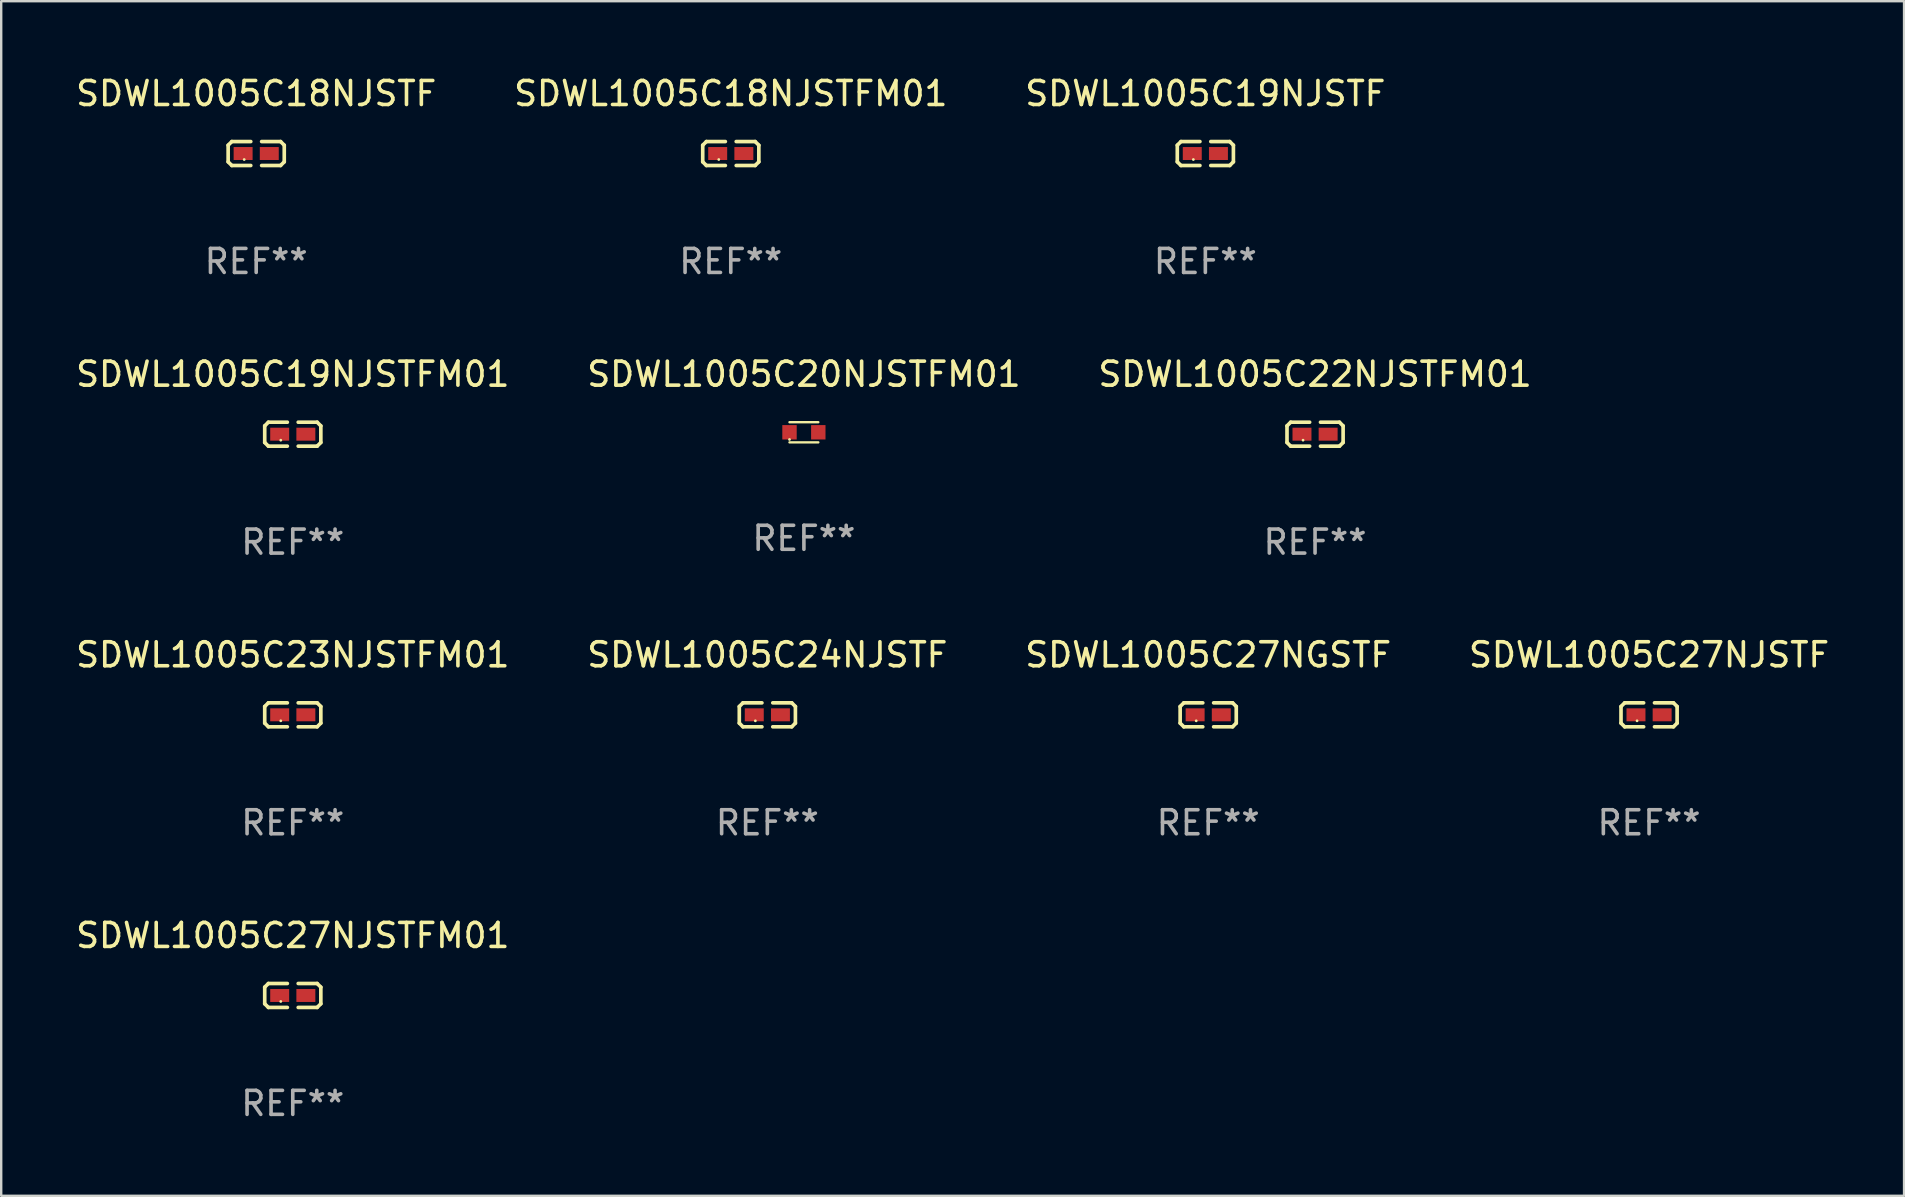
<source format=kicad_pcb>
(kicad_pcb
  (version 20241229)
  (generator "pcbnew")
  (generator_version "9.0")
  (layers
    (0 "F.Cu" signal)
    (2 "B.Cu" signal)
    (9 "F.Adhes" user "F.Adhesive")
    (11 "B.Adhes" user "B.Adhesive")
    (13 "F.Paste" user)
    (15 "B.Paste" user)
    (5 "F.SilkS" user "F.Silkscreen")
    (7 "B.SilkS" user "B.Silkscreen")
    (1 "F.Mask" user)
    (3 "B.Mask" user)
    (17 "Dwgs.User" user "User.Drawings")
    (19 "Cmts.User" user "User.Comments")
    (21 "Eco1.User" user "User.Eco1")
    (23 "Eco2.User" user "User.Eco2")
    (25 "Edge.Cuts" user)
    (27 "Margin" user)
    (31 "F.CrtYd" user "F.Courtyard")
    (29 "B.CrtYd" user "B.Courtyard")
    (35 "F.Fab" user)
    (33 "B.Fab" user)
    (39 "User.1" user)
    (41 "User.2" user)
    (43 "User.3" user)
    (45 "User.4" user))
  (footprint "SDWL1005C19NJSTFM01"
    (layer "F.Cu")
    (at 9.149 15.041)
    (property "Reference" "SDWL1005C19NJSTFM01" (at 0 -2.499 0) (layer "F.SilkS") (effects (font (size 1 1) (thickness 0.15))))
    (attr through_hole)
    (fp_line (start -1.169 -0.346) (end -1.016 -0.499) (stroke (width 0.152) (type solid)) (layer "F.SilkS"))
    (fp_line (start -1.169 0.346) (end -1.169 -0.346) (stroke (width 0.152) (type solid)) (layer "F.SilkS"))
    (fp_line (start -1.016 -0.499) (end -0.226 -0.499) (stroke (width 0.152) (type solid)) (layer "F.SilkS"))
    (fp_line (start -1.016 0.499) (end -1.169 0.346) (stroke (width 0.152) (type solid)) (layer "F.SilkS"))
    (fp_line (start -0.226 0.499) (end -1.016 0.499) (stroke (width 0.152) (type solid)) (layer "F.SilkS"))
    (fp_line (start 0.226 0.499) (end 1.016 0.499) (stroke (width 0.152) (type solid)) (layer "F.SilkS"))
    (fp_line (start 1.016 -0.499) (end 0.226 -0.499) (stroke (width 0.152) (type solid)) (layer "F.SilkS"))
    (fp_line (start 1.016 0.499) (end 1.169 0.346) (stroke (width 0.152) (type solid)) (layer "F.SilkS"))
    (fp_line (start 1.169 -0.346) (end 1.016 -0.499) (stroke (width 0.152) (type solid)) (layer "F.SilkS"))
    (fp_line (start 1.169 0.346) (end 1.169 -0.346) (stroke (width 0.152) (type solid)) (layer "F.SilkS"))
    (fp_circle (center -0.5 0.25) (end -0.47 0.25) (stroke (width 0.06) (type solid)) (fill no) (layer "F.SilkS"))
    (fp_text user "REF**" (at 0 4.499 0) (layer "F.Fab") (effects (font (size 1 1) (thickness 0.15))))
    (pad "1" smd rect (at -0.545 0) (size 0.79 0.54) (layers "F.Cu" "F.Mask" "F.Paste"))
    (pad "2" smd rect (at 0.545 0) (size 0.79 0.54) (layers "F.Cu" "F.Mask" "F.Paste")))
  (footprint "SDWL1005C18NJSTFM01"
    (layer "F.Cu")
    (at 27.399 3.347)
    (property "Reference" "SDWL1005C18NJSTFM01" (at 0 -2.499 0) (layer "F.SilkS") (effects (font (size 1 1) (thickness 0.15))))
    (attr through_hole)
    (fp_line (start -1.169 -0.346) (end -1.016 -0.499) (stroke (width 0.152) (type solid)) (layer "F.SilkS"))
    (fp_line (start -1.169 0.346) (end -1.169 -0.346) (stroke (width 0.152) (type solid)) (layer "F.SilkS"))
    (fp_line (start -1.016 -0.499) (end -0.226 -0.499) (stroke (width 0.152) (type solid)) (layer "F.SilkS"))
    (fp_line (start -1.016 0.499) (end -1.169 0.346) (stroke (width 0.152) (type solid)) (layer "F.SilkS"))
    (fp_line (start -0.226 0.499) (end -1.016 0.499) (stroke (width 0.152) (type solid)) (layer "F.SilkS"))
    (fp_line (start 0.226 0.499) (end 1.016 0.499) (stroke (width 0.152) (type solid)) (layer "F.SilkS"))
    (fp_line (start 1.016 -0.499) (end 0.226 -0.499) (stroke (width 0.152) (type solid)) (layer "F.SilkS"))
    (fp_line (start 1.016 0.499) (end 1.169 0.346) (stroke (width 0.152) (type solid)) (layer "F.SilkS"))
    (fp_line (start 1.169 -0.346) (end 1.016 -0.499) (stroke (width 0.152) (type solid)) (layer "F.SilkS"))
    (fp_line (start 1.169 0.346) (end 1.169 -0.346) (stroke (width 0.152) (type solid)) (layer "F.SilkS"))
    (fp_circle (center -0.5 0.25) (end -0.47 0.25) (stroke (width 0.06) (type solid)) (fill no) (layer "F.SilkS"))
    (fp_text user "REF**" (at 0 4.499 0) (layer "F.Fab") (effects (font (size 1 1) (thickness 0.15))))
    (pad "1" smd rect (at -0.545 0) (size 0.79 0.54) (layers "F.Cu" "F.Mask" "F.Paste"))
    (pad "2" smd rect (at 0.545 0) (size 0.79 0.54) (layers "F.Cu" "F.Mask" "F.Paste")))
  (footprint "SDWL1005C22NJSTFM01"
    (layer "F.Cu")
    (at 51.744 15.041)
    (property "Reference" "SDWL1005C22NJSTFM01" (at 0 -2.499 0) (layer "F.SilkS") (effects (font (size 1 1) (thickness 0.15))))
    (attr through_hole)
    (fp_line (start -1.169 -0.346) (end -1.016 -0.499) (stroke (width 0.152) (type solid)) (layer "F.SilkS"))
    (fp_line (start -1.169 0.346) (end -1.169 -0.346) (stroke (width 0.152) (type solid)) (layer "F.SilkS"))
    (fp_line (start -1.016 -0.499) (end -0.226 -0.499) (stroke (width 0.152) (type solid)) (layer "F.SilkS"))
    (fp_line (start -1.016 0.499) (end -1.169 0.346) (stroke (width 0.152) (type solid)) (layer "F.SilkS"))
    (fp_line (start -0.226 0.499) (end -1.016 0.499) (stroke (width 0.152) (type solid)) (layer "F.SilkS"))
    (fp_line (start 0.226 0.499) (end 1.016 0.499) (stroke (width 0.152) (type solid)) (layer "F.SilkS"))
    (fp_line (start 1.016 -0.499) (end 0.226 -0.499) (stroke (width 0.152) (type solid)) (layer "F.SilkS"))
    (fp_line (start 1.016 0.499) (end 1.169 0.346) (stroke (width 0.152) (type solid)) (layer "F.SilkS"))
    (fp_line (start 1.169 -0.346) (end 1.016 -0.499) (stroke (width 0.152) (type solid)) (layer "F.SilkS"))
    (fp_line (start 1.169 0.346) (end 1.169 -0.346) (stroke (width 0.152) (type solid)) (layer "F.SilkS"))
    (fp_circle (center -0.5 0.25) (end -0.47 0.25) (stroke (width 0.06) (type solid)) (fill no) (layer "F.SilkS"))
    (fp_text user "REF**" (at 0 4.499 0) (layer "F.Fab") (effects (font (size 1 1) (thickness 0.15))))
    (pad "1" smd rect (at -0.545 0) (size 0.79 0.54) (layers "F.Cu" "F.Mask" "F.Paste"))
    (pad "2" smd rect (at 0.545 0) (size 0.79 0.54) (layers "F.Cu" "F.Mask" "F.Paste")))
  (footprint "SDWL1005C23NJSTFM01"
    (layer "F.Cu")
    (at 9.149 26.734)
    (property "Reference" "SDWL1005C23NJSTFM01" (at 0 -2.499 0) (layer "F.SilkS") (effects (font (size 1 1) (thickness 0.15))))
    (attr through_hole)
    (fp_line (start -1.169 -0.346) (end -1.016 -0.499) (stroke (width 0.152) (type solid)) (layer "F.SilkS"))
    (fp_line (start -1.169 0.346) (end -1.169 -0.346) (stroke (width 0.152) (type solid)) (layer "F.SilkS"))
    (fp_line (start -1.016 -0.499) (end -0.226 -0.499) (stroke (width 0.152) (type solid)) (layer "F.SilkS"))
    (fp_line (start -1.016 0.499) (end -1.169 0.346) (stroke (width 0.152) (type solid)) (layer "F.SilkS"))
    (fp_line (start -0.226 0.499) (end -1.016 0.499) (stroke (width 0.152) (type solid)) (layer "F.SilkS"))
    (fp_line (start 0.226 0.499) (end 1.016 0.499) (stroke (width 0.152) (type solid)) (layer "F.SilkS"))
    (fp_line (start 1.016 -0.499) (end 0.226 -0.499) (stroke (width 0.152) (type solid)) (layer "F.SilkS"))
    (fp_line (start 1.016 0.499) (end 1.169 0.346) (stroke (width 0.152) (type solid)) (layer "F.SilkS"))
    (fp_line (start 1.169 -0.346) (end 1.016 -0.499) (stroke (width 0.152) (type solid)) (layer "F.SilkS"))
    (fp_line (start 1.169 0.346) (end 1.169 -0.346) (stroke (width 0.152) (type solid)) (layer "F.SilkS"))
    (fp_circle (center -0.5 0.25) (end -0.47 0.25) (stroke (width 0.06) (type solid)) (fill no) (layer "F.SilkS"))
    (fp_text user "REF**" (at 0 4.499 0) (layer "F.Fab") (effects (font (size 1 1) (thickness 0.15))))
    (pad "1" smd rect (at -0.545 0) (size 0.79 0.54) (layers "F.Cu" "F.Mask" "F.Paste"))
    (pad "2" smd rect (at 0.545 0) (size 0.79 0.54) (layers "F.Cu" "F.Mask" "F.Paste")))
  (footprint "SDWL1005C27NJSTF"
    (layer "F.Cu")
    (at 65.661 26.734)
    (property "Reference" "SDWL1005C27NJSTF" (at 0 -2.499 0) (layer "F.SilkS") (effects (font (size 1 1) (thickness 0.15))))
    (attr through_hole)
    (fp_line (start -1.169 -0.346) (end -1.016 -0.499) (stroke (width 0.152) (type solid)) (layer "F.SilkS"))
    (fp_line (start -1.169 0.346) (end -1.169 -0.346) (stroke (width 0.152) (type solid)) (layer "F.SilkS"))
    (fp_line (start -1.016 -0.499) (end -0.226 -0.499) (stroke (width 0.152) (type solid)) (layer "F.SilkS"))
    (fp_line (start -1.016 0.499) (end -1.169 0.346) (stroke (width 0.152) (type solid)) (layer "F.SilkS"))
    (fp_line (start -0.226 0.499) (end -1.016 0.499) (stroke (width 0.152) (type solid)) (layer "F.SilkS"))
    (fp_line (start 0.226 0.499) (end 1.016 0.499) (stroke (width 0.152) (type solid)) (layer "F.SilkS"))
    (fp_line (start 1.016 -0.499) (end 0.226 -0.499) (stroke (width 0.152) (type solid)) (layer "F.SilkS"))
    (fp_line (start 1.016 0.499) (end 1.169 0.346) (stroke (width 0.152) (type solid)) (layer "F.SilkS"))
    (fp_line (start 1.169 -0.346) (end 1.016 -0.499) (stroke (width 0.152) (type solid)) (layer "F.SilkS"))
    (fp_line (start 1.169 0.346) (end 1.169 -0.346) (stroke (width 0.152) (type solid)) (layer "F.SilkS"))
    (fp_circle (center -0.5 0.25) (end -0.47 0.25) (stroke (width 0.06) (type solid)) (fill no) (layer "F.SilkS"))
    (fp_text user "REF**" (at 0 4.499 0) (layer "F.Fab") (effects (font (size 1 1) (thickness 0.15))))
    (pad "1" smd rect (at -0.545 0) (size 0.79 0.54) (layers "F.Cu" "F.Mask" "F.Paste"))
    (pad "2" smd rect (at 0.545 0) (size 0.79 0.54) (layers "F.Cu" "F.Mask" "F.Paste")))
  (footprint "SDWL1005C24NJSTF"
    (layer "F.Cu")
    (at 28.923 26.734)
    (property "Reference" "SDWL1005C24NJSTF" (at 0 -2.499 0) (layer "F.SilkS") (effects (font (size 1 1) (thickness 0.15))))
    (attr through_hole)
    (fp_line (start -1.169 -0.346) (end -1.016 -0.499) (stroke (width 0.152) (type solid)) (layer "F.SilkS"))
    (fp_line (start -1.169 0.346) (end -1.169 -0.346) (stroke (width 0.152) (type solid)) (layer "F.SilkS"))
    (fp_line (start -1.016 -0.499) (end -0.226 -0.499) (stroke (width 0.152) (type solid)) (layer "F.SilkS"))
    (fp_line (start -1.016 0.499) (end -1.169 0.346) (stroke (width 0.152) (type solid)) (layer "F.SilkS"))
    (fp_line (start -0.226 0.499) (end -1.016 0.499) (stroke (width 0.152) (type solid)) (layer "F.SilkS"))
    (fp_line (start 0.226 0.499) (end 1.016 0.499) (stroke (width 0.152) (type solid)) (layer "F.SilkS"))
    (fp_line (start 1.016 -0.499) (end 0.226 -0.499) (stroke (width 0.152) (type solid)) (layer "F.SilkS"))
    (fp_line (start 1.016 0.499) (end 1.169 0.346) (stroke (width 0.152) (type solid)) (layer "F.SilkS"))
    (fp_line (start 1.169 -0.346) (end 1.016 -0.499) (stroke (width 0.152) (type solid)) (layer "F.SilkS"))
    (fp_line (start 1.169 0.346) (end 1.169 -0.346) (stroke (width 0.152) (type solid)) (layer "F.SilkS"))
    (fp_circle (center -0.5 0.25) (end -0.47 0.25) (stroke (width 0.06) (type solid)) (fill no) (layer "F.SilkS"))
    (fp_text user "REF**" (at 0 4.499 0) (layer "F.Fab") (effects (font (size 1 1) (thickness 0.15))))
    (pad "1" smd rect (at -0.545 0) (size 0.79 0.54) (layers "F.Cu" "F.Mask" "F.Paste"))
    (pad "2" smd rect (at 0.545 0) (size 0.79 0.54) (layers "F.Cu" "F.Mask" "F.Paste")))
  (footprint "SDWL1005C19NJSTF"
    (layer "F.Cu")
    (at 47.173 3.347)
    (property "Reference" "SDWL1005C19NJSTF" (at 0 -2.499 0) (layer "F.SilkS") (effects (font (size 1 1) (thickness 0.15))))
    (attr through_hole)
    (fp_line (start -1.169 -0.346) (end -1.016 -0.499) (stroke (width 0.152) (type solid)) (layer "F.SilkS"))
    (fp_line (start -1.169 0.346) (end -1.169 -0.346) (stroke (width 0.152) (type solid)) (layer "F.SilkS"))
    (fp_line (start -1.016 -0.499) (end -0.226 -0.499) (stroke (width 0.152) (type solid)) (layer "F.SilkS"))
    (fp_line (start -1.016 0.499) (end -1.169 0.346) (stroke (width 0.152) (type solid)) (layer "F.SilkS"))
    (fp_line (start -0.226 0.499) (end -1.016 0.499) (stroke (width 0.152) (type solid)) (layer "F.SilkS"))
    (fp_line (start 0.226 0.499) (end 1.016 0.499) (stroke (width 0.152) (type solid)) (layer "F.SilkS"))
    (fp_line (start 1.016 -0.499) (end 0.226 -0.499) (stroke (width 0.152) (type solid)) (layer "F.SilkS"))
    (fp_line (start 1.016 0.499) (end 1.169 0.346) (stroke (width 0.152) (type solid)) (layer "F.SilkS"))
    (fp_line (start 1.169 -0.346) (end 1.016 -0.499) (stroke (width 0.152) (type solid)) (layer "F.SilkS"))
    (fp_line (start 1.169 0.346) (end 1.169 -0.346) (stroke (width 0.152) (type solid)) (layer "F.SilkS"))
    (fp_circle (center -0.5 0.25) (end -0.47 0.25) (stroke (width 0.06) (type solid)) (fill no) (layer "F.SilkS"))
    (fp_text user "REF**" (at 0 4.499 0) (layer "F.Fab") (effects (font (size 1 1) (thickness 0.15))))
    (pad "1" smd rect (at -0.545 0) (size 0.79 0.54) (layers "F.Cu" "F.Mask" "F.Paste"))
    (pad "2" smd rect (at 0.545 0) (size 0.79 0.54) (layers "F.Cu" "F.Mask" "F.Paste")))
  (footprint "SDWL1005C20NJSTFM01"
    (layer "F.Cu")
    (at 30.446 14.962)
    (property "Reference" "SDWL1005C20NJSTFM01" (at 0 -2.42 0) (layer "F.SilkS") (effects (font (size 1 1) (thickness 0.15))))
    (attr through_hole)
    (fp_line (start -0.6 -0.42) (end 0.6 -0.42) (stroke (width 0.1) (type solid)) (layer "F.SilkS"))
    (fp_line (start -0.6 0.42) (end 0.6 0.42) (stroke (width 0.1) (type solid)) (layer "F.SilkS"))
    (fp_circle (center -0.6 0.3) (end -0.57 0.3) (stroke (width 0.06) (type solid)) (fill no) (layer "F.SilkS"))
    (fp_text user "REF**" (at 0 4.42 0) (layer "F.Fab") (effects (font (size 1 1) (thickness 0.15))))
    (pad "1" smd rect (at -0.6 0) (size 0.6 0.6) (layers "F.Cu" "F.Mask" "F.Paste"))
    (pad "2" smd rect (at 0.6 0) (size 0.6 0.6) (layers "F.Cu" "F.Mask" "F.Paste")))
  (footprint "SDWL1005C27NGSTF"
    (layer "F.Cu")
    (at 47.292 26.734)
    (property "Reference" "SDWL1005C27NGSTF" (at 0 -2.499 0) (layer "F.SilkS") (effects (font (size 1 1) (thickness 0.15))))
    (attr through_hole)
    (fp_line (start -1.169 -0.346) (end -1.016 -0.499) (stroke (width 0.152) (type solid)) (layer "F.SilkS"))
    (fp_line (start -1.169 0.346) (end -1.169 -0.346) (stroke (width 0.152) (type solid)) (layer "F.SilkS"))
    (fp_line (start -1.016 -0.499) (end -0.226 -0.499) (stroke (width 0.152) (type solid)) (layer "F.SilkS"))
    (fp_line (start -1.016 0.499) (end -1.169 0.346) (stroke (width 0.152) (type solid)) (layer "F.SilkS"))
    (fp_line (start -0.226 0.499) (end -1.016 0.499) (stroke (width 0.152) (type solid)) (layer "F.SilkS"))
    (fp_line (start 0.226 0.499) (end 1.016 0.499) (stroke (width 0.152) (type solid)) (layer "F.SilkS"))
    (fp_line (start 1.016 -0.499) (end 0.226 -0.499) (stroke (width 0.152) (type solid)) (layer "F.SilkS"))
    (fp_line (start 1.016 0.499) (end 1.169 0.346) (stroke (width 0.152) (type solid)) (layer "F.SilkS"))
    (fp_line (start 1.169 -0.346) (end 1.016 -0.499) (stroke (width 0.152) (type solid)) (layer "F.SilkS"))
    (fp_line (start 1.169 0.346) (end 1.169 -0.346) (stroke (width 0.152) (type solid)) (layer "F.SilkS"))
    (fp_circle (center -0.5 0.25) (end -0.47 0.25) (stroke (width 0.06) (type solid)) (fill no) (layer "F.SilkS"))
    (fp_text user "REF**" (at 0 4.499 0) (layer "F.Fab") (effects (font (size 1 1) (thickness 0.15))))
    (pad "1" smd rect (at -0.545 0) (size 0.79 0.54) (layers "F.Cu" "F.Mask" "F.Paste"))
    (pad "2" smd rect (at 0.545 0) (size 0.79 0.54) (layers "F.Cu" "F.Mask" "F.Paste")))
  (footprint "SDWL1005C27NJSTFM01"
    (layer "F.Cu")
    (at 9.149 38.428)
    (property "Reference" "SDWL1005C27NJSTFM01" (at 0 -2.499 0) (layer "F.SilkS") (effects (font (size 1 1) (thickness 0.15))))
    (attr through_hole)
    (fp_line (start -1.169 -0.346) (end -1.016 -0.499) (stroke (width 0.152) (type solid)) (layer "F.SilkS"))
    (fp_line (start -1.169 0.346) (end -1.169 -0.346) (stroke (width 0.152) (type solid)) (layer "F.SilkS"))
    (fp_line (start -1.016 -0.499) (end -0.226 -0.499) (stroke (width 0.152) (type solid)) (layer "F.SilkS"))
    (fp_line (start -1.016 0.499) (end -1.169 0.346) (stroke (width 0.152) (type solid)) (layer "F.SilkS"))
    (fp_line (start -0.226 0.499) (end -1.016 0.499) (stroke (width 0.152) (type solid)) (layer "F.SilkS"))
    (fp_line (start 0.226 0.499) (end 1.016 0.499) (stroke (width 0.152) (type solid)) (layer "F.SilkS"))
    (fp_line (start 1.016 -0.499) (end 0.226 -0.499) (stroke (width 0.152) (type solid)) (layer "F.SilkS"))
    (fp_line (start 1.016 0.499) (end 1.169 0.346) (stroke (width 0.152) (type solid)) (layer "F.SilkS"))
    (fp_line (start 1.169 -0.346) (end 1.016 -0.499) (stroke (width 0.152) (type solid)) (layer "F.SilkS"))
    (fp_line (start 1.169 0.346) (end 1.169 -0.346) (stroke (width 0.152) (type solid)) (layer "F.SilkS"))
    (fp_circle (center -0.5 0.25) (end -0.47 0.25) (stroke (width 0.06) (type solid)) (fill no) (layer "F.SilkS"))
    (fp_text user "REF**" (at 0 4.499 0) (layer "F.Fab") (effects (font (size 1 1) (thickness 0.15))))
    (pad "1" smd rect (at -0.545 0) (size 0.79 0.54) (layers "F.Cu" "F.Mask" "F.Paste"))
    (pad "2" smd rect (at 0.545 0) (size 0.79 0.54) (layers "F.Cu" "F.Mask" "F.Paste")))
  (footprint "SDWL1005C18NJSTF"
    (layer "F.Cu")
    (at 7.625 3.347)
    (property "Reference" "SDWL1005C18NJSTF" (at 0 -2.499 0) (layer "F.SilkS") (effects (font (size 1 1) (thickness 0.15))))
    (attr through_hole)
    (fp_line (start -1.169 -0.346) (end -1.016 -0.499) (stroke (width 0.152) (type solid)) (layer "F.SilkS"))
    (fp_line (start -1.169 0.346) (end -1.169 -0.346) (stroke (width 0.152) (type solid)) (layer "F.SilkS"))
    (fp_line (start -1.016 -0.499) (end -0.226 -0.499) (stroke (width 0.152) (type solid)) (layer "F.SilkS"))
    (fp_line (start -1.016 0.499) (end -1.169 0.346) (stroke (width 0.152) (type solid)) (layer "F.SilkS"))
    (fp_line (start -0.226 0.499) (end -1.016 0.499) (stroke (width 0.152) (type solid)) (layer "F.SilkS"))
    (fp_line (start 0.226 0.499) (end 1.016 0.499) (stroke (width 0.152) (type solid)) (layer "F.SilkS"))
    (fp_line (start 1.016 -0.499) (end 0.226 -0.499) (stroke (width 0.152) (type solid)) (layer "F.SilkS"))
    (fp_line (start 1.016 0.499) (end 1.169 0.346) (stroke (width 0.152) (type solid)) (layer "F.SilkS"))
    (fp_line (start 1.169 -0.346) (end 1.016 -0.499) (stroke (width 0.152) (type solid)) (layer "F.SilkS"))
    (fp_line (start 1.169 0.346) (end 1.169 -0.346) (stroke (width 0.152) (type solid)) (layer "F.SilkS"))
    (fp_circle (center -0.5 0.25) (end -0.47 0.25) (stroke (width 0.06) (type solid)) (fill no) (layer "F.SilkS"))
    (fp_text user "REF**" (at 0 4.499 0) (layer "F.Fab") (effects (font (size 1 1) (thickness 0.15))))
    (pad "1" smd rect (at -0.545 0) (size 0.79 0.54) (layers "F.Cu" "F.Mask" "F.Paste"))
    (pad "2" smd rect (at 0.545 0) (size 0.79 0.54) (layers "F.Cu" "F.Mask" "F.Paste")))
  (gr_rect
    (start -3 -3)
    (end 76.286 46.775)
    (stroke (width 0.1) (type default))
    (fill no)
    (layer "Edge.Cuts")))
</source>
